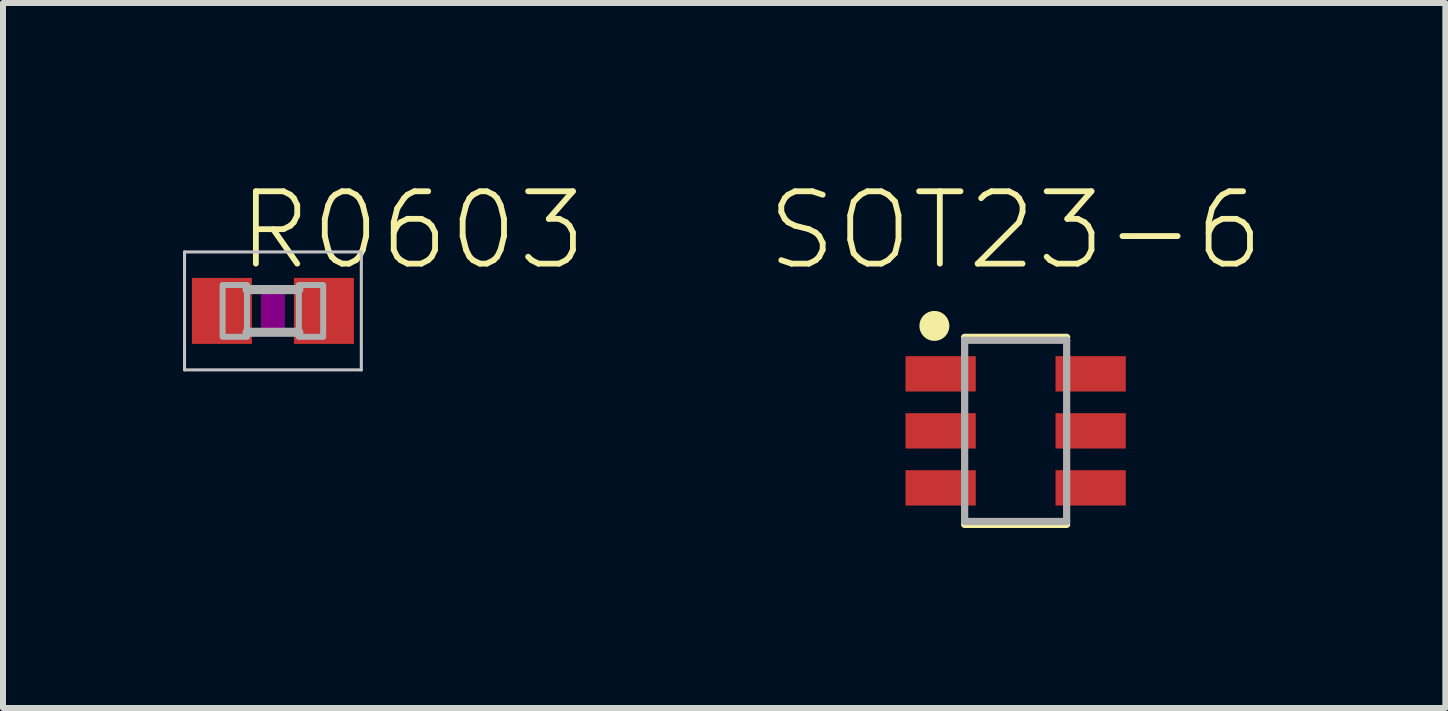
<source format=kicad_pcb>
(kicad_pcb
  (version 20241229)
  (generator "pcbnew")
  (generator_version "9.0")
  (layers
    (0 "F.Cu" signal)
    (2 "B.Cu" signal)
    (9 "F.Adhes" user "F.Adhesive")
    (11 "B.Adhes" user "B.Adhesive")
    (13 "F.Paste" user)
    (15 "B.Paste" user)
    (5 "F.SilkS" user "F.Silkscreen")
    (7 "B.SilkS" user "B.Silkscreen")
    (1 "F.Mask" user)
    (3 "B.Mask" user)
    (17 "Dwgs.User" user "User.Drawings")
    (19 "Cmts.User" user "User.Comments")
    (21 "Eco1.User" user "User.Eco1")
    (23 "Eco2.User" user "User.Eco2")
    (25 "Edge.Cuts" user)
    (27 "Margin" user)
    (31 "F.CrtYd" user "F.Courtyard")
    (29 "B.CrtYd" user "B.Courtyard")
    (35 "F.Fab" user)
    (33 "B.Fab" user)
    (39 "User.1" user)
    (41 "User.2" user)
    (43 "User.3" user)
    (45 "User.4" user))
  (footprint "SOT23-6"
    (layer "F.Cu")
    (at 13.875 4.13)
    (property "Reference" "SOT23-6" (at 0 -2.634 180) (layer "F.SilkS") (effects (font (size 1.206 1.206) (thickness 0.097)) (justify bottom)))
    (attr through_hole)
    (fp_line (start -0.85 -1.559) (end 0.85 -1.559) (stroke (width 0.12) (type solid)) (layer "F.SilkS"))
    (fp_line (start -0.85 1.559) (end 0.85 1.559) (stroke (width 0.12) (type solid)) (layer "F.SilkS"))
    (fp_circle (center -1.354 -1.749) (end -1.229 -1.749) (stroke (width 0.25) (type solid)) (fill no) (layer "F.SilkS"))
    (fp_line (start -0.85 -1.51) (end 0.85 -1.51) (stroke (width 0.12) (type solid)) (layer "F.Fab"))
    (fp_line (start -0.85 1.51) (end -0.85 -1.51) (stroke (width 0.12) (type solid)) (layer "F.Fab"))
    (fp_line (start 0.85 -1.51) (end 0.85 1.51) (stroke (width 0.12) (type solid)) (layer "F.Fab"))
    (fp_line (start 0.85 1.51) (end -0.85 1.51) (stroke (width 0.12) (type solid)) (layer "F.Fab"))
    (pad "1" smd rect (at -1.25 -0.95) (size 1.171 0.589) (layers "F.Cu" "F.Mask" "F.Paste"))
    (pad "2" smd rect (at -1.25 0) (size 1.171 0.589) (layers "F.Cu" "F.Mask" "F.Paste"))
    (pad "3" smd rect (at -1.25 0.95) (size 1.171 0.589) (layers "F.Cu" "F.Mask" "F.Paste"))
    (pad "4" smd rect (at 1.25 0.95) (size 1.171 0.589) (layers "F.Cu" "F.Mask" "F.Paste"))
    (pad "5" smd rect (at 1.25 0) (size 1.171 0.589) (layers "F.Cu" "F.Mask" "F.Paste"))
    (pad "6" smd rect (at 1.25 -0.95) (size 1.171 0.589) (layers "F.Cu" "F.Mask" "F.Paste")))
  (footprint "R0603"
    (layer "F.Cu")
    (at 1.498 2.131)
    (property "Reference" "R0603" (at -0.635 -0.635 180) (layer "F.SilkS") (effects (font (size 1.206 1.206) (thickness 0.097)) (justify left bottom)))
    (attr through_hole)
    (fp_poly (pts (xy -0.2 0.4) (xy 0.2 0.4) (xy 0.2 -0.4) (xy -0.2 -0.4)) (stroke (width 0) (type solid)) (fill yes) (layer "F.Adhes"))
    (fp_line (start -1.473 -0.983) (end 1.473 -0.983) (stroke (width 0.051) (type solid)) (layer "Dwgs.User"))
    (fp_line (start -1.473 0.983) (end -1.473 -0.983) (stroke (width 0.051) (type solid)) (layer "Dwgs.User"))
    (fp_line (start 1.473 -0.983) (end 1.473 0.983) (stroke (width 0.051) (type solid)) (layer "Dwgs.User"))
    (fp_line (start 1.473 0.983) (end -1.473 0.983) (stroke (width 0.051) (type solid)) (layer "Dwgs.User"))
    (fp_line (start -0.432 0.356) (end 0.432 0.356) (stroke (width 0.152) (type solid)) (layer "F.Fab"))
    (fp_line (start 0.432 -0.356) (end -0.432 -0.356) (stroke (width 0.152) (type solid)) (layer "F.Fab"))
    (fp_poly (pts (xy -0.838 0.432) (xy -0.432 0.432) (xy -0.432 -0.432) (xy -0.838 -0.432)) (stroke (width 0.1) (type solid)) (fill no) (layer "F.Fab"))
    (fp_poly (pts (xy 0.432 0.432) (xy 0.838 0.432) (xy 0.838 -0.432) (xy 0.432 -0.432)) (stroke (width 0.1) (type solid)) (fill no) (layer "F.Fab"))
    (pad "1" smd rect (at -0.85 0) (size 1 1.1) (layers "F.Cu" "F.Mask" "F.Paste"))
    (pad "2" smd rect (at 0.85 0) (size 1 1.1) (layers "F.Cu" "F.Mask" "F.Paste")))
  (gr_rect
    (start -3 -3)
    (end 21.036 8.748)
    (stroke (width 0.1) (type default))
    (fill no)
    (layer "Edge.Cuts")))
</source>
